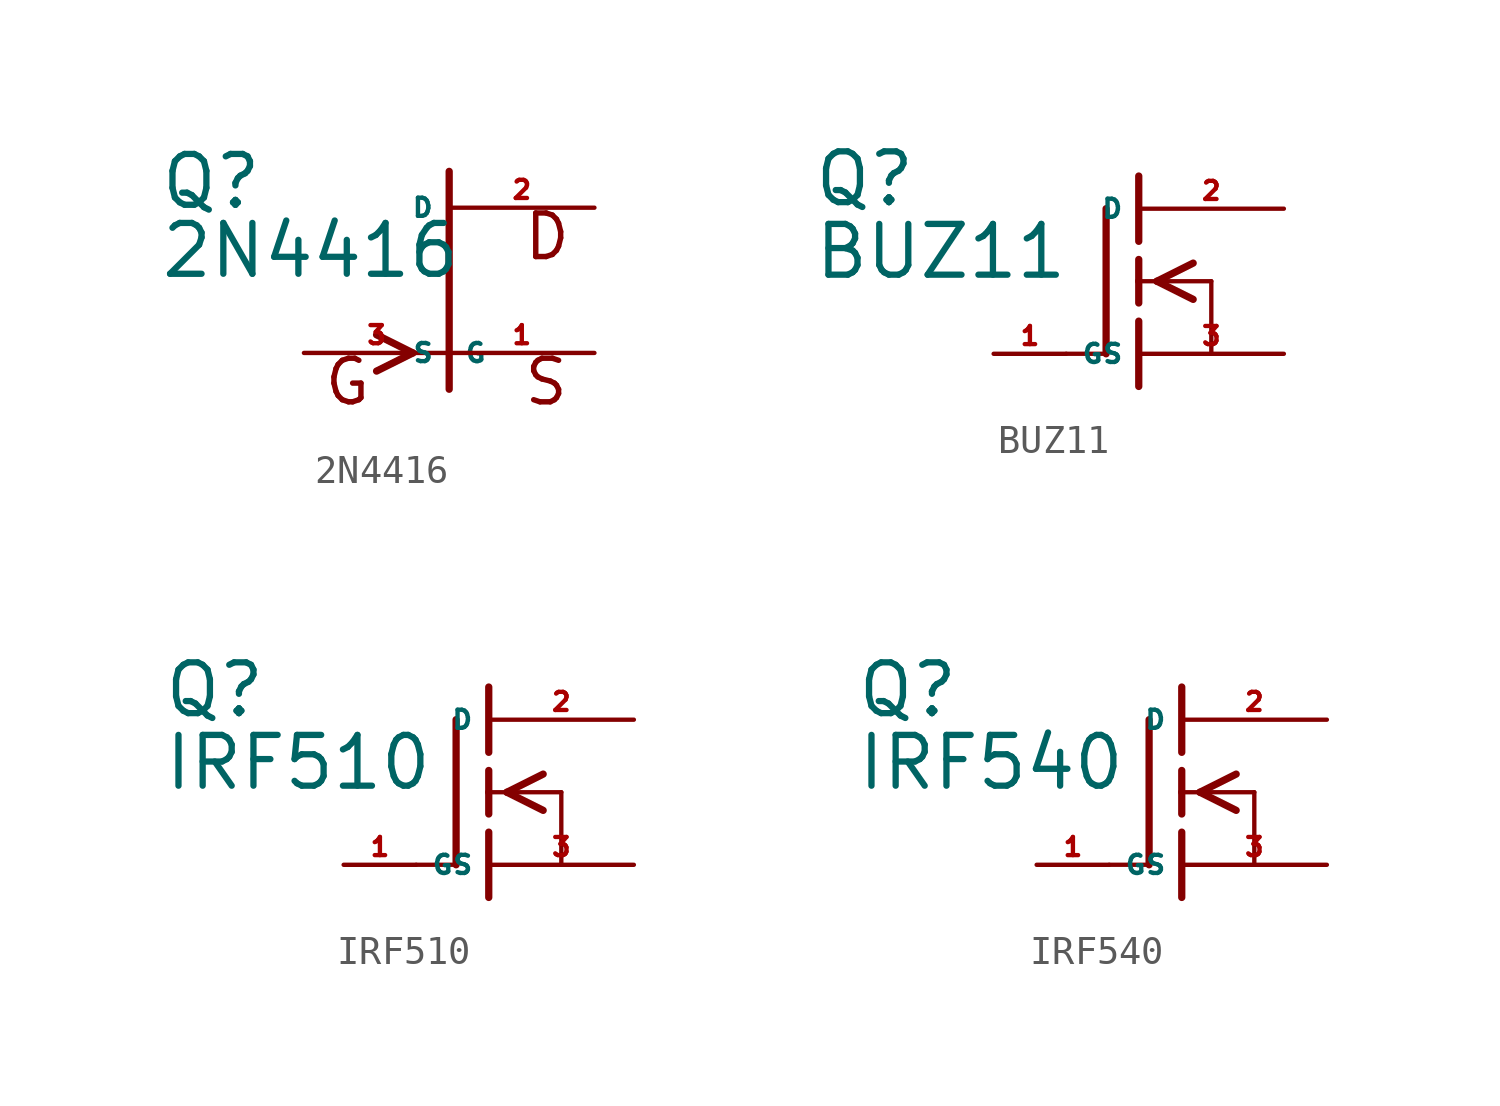
<source format=kicad_sym>
(kicad_symbol_lib
  (version 20220914)
  (generator Eagle2Kicad)
  (symbol "2N4416"
    (property "Reference" "Q"
      (at -10.16 2.413 0)
      (effects (font (size 1.778 1.778) (thickness 0.22)) (justify left bottom)))
    (property "Value" "2N4416"
      (at -10.16 0 0)
      (effects (font (size 1.778 1.778) (thickness 0.22)) (justify left bottom)))
    (polyline
      (pts (xy 0 -3.81) (xy 0 3.81))
      (stroke (width 0.254) (type default))
      (fill (type none)))
    (polyline
      (pts (xy -2.54 -1.905) (xy -1.27 -2.54))
      (stroke (width 0.254) (type default))
      (fill (type none)))
    (polyline
      (pts (xy -1.27 -2.54) (xy -2.54 -3.175))
      (stroke (width 0.254) (type default))
      (fill (type none)))
    (text "D"
      (at 2.54 0.635 0)
      (effects (font (size 1.524 1.524) (thickness 0.19)) (justify left bottom)))
    (text "S"
      (at 2.54 -4.445 0)
      (effects (font (size 1.524 1.524) (thickness 0.19)) (justify left bottom)))
    (text "G"
      (at -4.445 -4.445 0)
      (effects (font (size 1.524 1.524) (thickness 0.19)) (justify left bottom)))
    (pin passive line
      (at -5.08 -2.54 0)
      (length 5.08)
      (name "G" (effects (font (size 0.635 0.635) (thickness 0.08)) (justify left bottom)))
      (number "3" (effects (font (size 0.635 0.635) (thickness 0.08)) (justify left bottom))))
    (pin passive line
      (at 5.08 2.54 180)
      (length 5.08)
      (name "D" (effects (font (size 0.635 0.635) (thickness 0.08)) (justify left bottom)))
      (number "2" (effects (font (size 0.635 0.635) (thickness 0.08)) (justify left bottom))))
    (pin passive line
      (at 5.08 -2.54 180)
      (length 5.08)
      (name "S" (effects (font (size 0.635 0.635) (thickness 0.08)) (justify left bottom)))
      (number "1" (effects (font (size 0.635 0.635) (thickness 0.08)) (justify left bottom)))))
  (symbol "BUZ11"
    (property "Reference" "Q"
      (at -11.43 2.54 0)
      (effects (font (size 1.778 1.778) (thickness 0.22)) (justify left bottom)))
    (property "Value" "BUZ11"
      (at -11.43 0 0)
      (effects (font (size 1.778 1.778) (thickness 0.22)) (justify left bottom)))
    (polyline
      (pts (xy -2.54 -2.54) (xy -1.219 -2.54))
      (stroke (width 0.152) (type default))
      (fill (type none)))
    (polyline
      (pts (xy 0 0.762) (xy 0 0))
      (stroke (width 0.254) (type default))
      (fill (type none)))
    (polyline
      (pts (xy 0 0) (xy 0 -0.762))
      (stroke (width 0.254) (type default))
      (fill (type none)))
    (polyline
      (pts (xy 0 3.683) (xy 0 1.397))
      (stroke (width 0.254) (type default))
      (fill (type none)))
    (polyline
      (pts (xy 1.905 0.635) (xy 0.635 0))
      (stroke (width 0.254) (type default))
      (fill (type none)))
    (polyline
      (pts (xy 1.905 -0.635) (xy 0.635 0))
      (stroke (width 0.254) (type default))
      (fill (type none)))
    (polyline
      (pts (xy 0 0) (xy 0.635 0))
      (stroke (width 0.152) (type default))
      (fill (type none)))
    (polyline
      (pts (xy 0.635 0) (xy 2.54 0))
      (stroke (width 0.152) (type default))
      (fill (type none)))
    (polyline
      (pts (xy 2.54 0) (xy 2.54 -2.54))
      (stroke (width 0.152) (type default))
      (fill (type none)))
    (polyline
      (pts (xy 0 -1.397) (xy 0 -3.683))
      (stroke (width 0.254) (type default))
      (fill (type none)))
    (polyline
      (pts (xy -1.143 2.54) (xy -1.143 -2.54))
      (stroke (width 0.254) (type default))
      (fill (type none)))
    (pin passive line
      (at 5.08 2.54 180)
      (length 5.08)
      (name "D" (effects (font (size 0.635 0.635) (thickness 0.08)) (justify left bottom)))
      (number "2" (effects (font (size 0.635 0.635) (thickness 0.08)) (justify left bottom))))
    (pin passive line
      (at 5.08 -2.54 180)
      (length 5.08)
      (name "S" (effects (font (size 0.635 0.635) (thickness 0.08)) (justify left bottom)))
      (number "3" (effects (font (size 0.635 0.635) (thickness 0.08)) (justify left bottom))))
    (pin passive line
      (at -5.08 -2.54 0)
      (length 2.54)
      (name "G" (effects (font (size 0.635 0.635) (thickness 0.08)) (justify left bottom)))
      (number "1" (effects (font (size 0.635 0.635) (thickness 0.08)) (justify left bottom)))))
  (symbol "IRF510"
    (property "Reference" "Q"
      (at -11.43 2.54 0)
      (effects (font (size 1.778 1.778) (thickness 0.22)) (justify left bottom)))
    (property "Value" "IRF510"
      (at -11.43 0 0)
      (effects (font (size 1.778 1.778) (thickness 0.22)) (justify left bottom)))
    (polyline
      (pts (xy -2.54 -2.54) (xy -1.219 -2.54))
      (stroke (width 0.152) (type default))
      (fill (type none)))
    (polyline
      (pts (xy 0 0.762) (xy 0 0))
      (stroke (width 0.254) (type default))
      (fill (type none)))
    (polyline
      (pts (xy 0 0) (xy 0 -0.762))
      (stroke (width 0.254) (type default))
      (fill (type none)))
    (polyline
      (pts (xy 0 3.683) (xy 0 1.397))
      (stroke (width 0.254) (type default))
      (fill (type none)))
    (polyline
      (pts (xy 1.905 0.635) (xy 0.635 0))
      (stroke (width 0.254) (type default))
      (fill (type none)))
    (polyline
      (pts (xy 1.905 -0.635) (xy 0.635 0))
      (stroke (width 0.254) (type default))
      (fill (type none)))
    (polyline
      (pts (xy 0 0) (xy 0.635 0))
      (stroke (width 0.152) (type default))
      (fill (type none)))
    (polyline
      (pts (xy 0.635 0) (xy 2.54 0))
      (stroke (width 0.152) (type default))
      (fill (type none)))
    (polyline
      (pts (xy 2.54 0) (xy 2.54 -2.54))
      (stroke (width 0.152) (type default))
      (fill (type none)))
    (polyline
      (pts (xy 0 -1.397) (xy 0 -3.683))
      (stroke (width 0.254) (type default))
      (fill (type none)))
    (polyline
      (pts (xy -1.143 2.54) (xy -1.143 -2.54))
      (stroke (width 0.254) (type default))
      (fill (type none)))
    (pin passive line
      (at 5.08 2.54 180)
      (length 5.08)
      (name "D" (effects (font (size 0.635 0.635) (thickness 0.08)) (justify left bottom)))
      (number "2" (effects (font (size 0.635 0.635) (thickness 0.08)) (justify left bottom))))
    (pin passive line
      (at 5.08 -2.54 180)
      (length 5.08)
      (name "S" (effects (font (size 0.635 0.635) (thickness 0.08)) (justify left bottom)))
      (number "3" (effects (font (size 0.635 0.635) (thickness 0.08)) (justify left bottom))))
    (pin passive line
      (at -5.08 -2.54 0)
      (length 2.54)
      (name "G" (effects (font (size 0.635 0.635) (thickness 0.08)) (justify left bottom)))
      (number "1" (effects (font (size 0.635 0.635) (thickness 0.08)) (justify left bottom)))))
  (symbol "IRF540"
    (property "Reference" "Q"
      (at -11.43 2.54 0)
      (effects (font (size 1.778 1.778) (thickness 0.22)) (justify left bottom)))
    (property "Value" "IRF540"
      (at -11.43 0 0)
      (effects (font (size 1.778 1.778) (thickness 0.22)) (justify left bottom)))
    (polyline
      (pts (xy -2.54 -2.54) (xy -1.219 -2.54))
      (stroke (width 0.152) (type default))
      (fill (type none)))
    (polyline
      (pts (xy 0 0.762) (xy 0 0))
      (stroke (width 0.254) (type default))
      (fill (type none)))
    (polyline
      (pts (xy 0 0) (xy 0 -0.762))
      (stroke (width 0.254) (type default))
      (fill (type none)))
    (polyline
      (pts (xy 0 3.683) (xy 0 1.397))
      (stroke (width 0.254) (type default))
      (fill (type none)))
    (polyline
      (pts (xy 1.905 0.635) (xy 0.635 0))
      (stroke (width 0.254) (type default))
      (fill (type none)))
    (polyline
      (pts (xy 1.905 -0.635) (xy 0.635 0))
      (stroke (width 0.254) (type default))
      (fill (type none)))
    (polyline
      (pts (xy 0 0) (xy 0.635 0))
      (stroke (width 0.152) (type default))
      (fill (type none)))
    (polyline
      (pts (xy 0.635 0) (xy 2.54 0))
      (stroke (width 0.152) (type default))
      (fill (type none)))
    (polyline
      (pts (xy 2.54 0) (xy 2.54 -2.54))
      (stroke (width 0.152) (type default))
      (fill (type none)))
    (polyline
      (pts (xy 0 -1.397) (xy 0 -3.683))
      (stroke (width 0.254) (type default))
      (fill (type none)))
    (polyline
      (pts (xy -1.143 2.54) (xy -1.143 -2.54))
      (stroke (width 0.254) (type default))
      (fill (type none)))
    (pin passive line
      (at 5.08 2.54 180)
      (length 5.08)
      (name "D" (effects (font (size 0.635 0.635) (thickness 0.08)) (justify left bottom)))
      (number "2" (effects (font (size 0.635 0.635) (thickness 0.08)) (justify left bottom))))
    (pin passive line
      (at 5.08 -2.54 180)
      (length 5.08)
      (name "S" (effects (font (size 0.635 0.635) (thickness 0.08)) (justify left bottom)))
      (number "3" (effects (font (size 0.635 0.635) (thickness 0.08)) (justify left bottom))))
    (pin passive line
      (at -5.08 -2.54 0)
      (length 2.54)
      (name "G" (effects (font (size 0.635 0.635) (thickness 0.08)) (justify left bottom)))
      (number "1" (effects (font (size 0.635 0.635) (thickness 0.08)) (justify left bottom))))))
</source>
